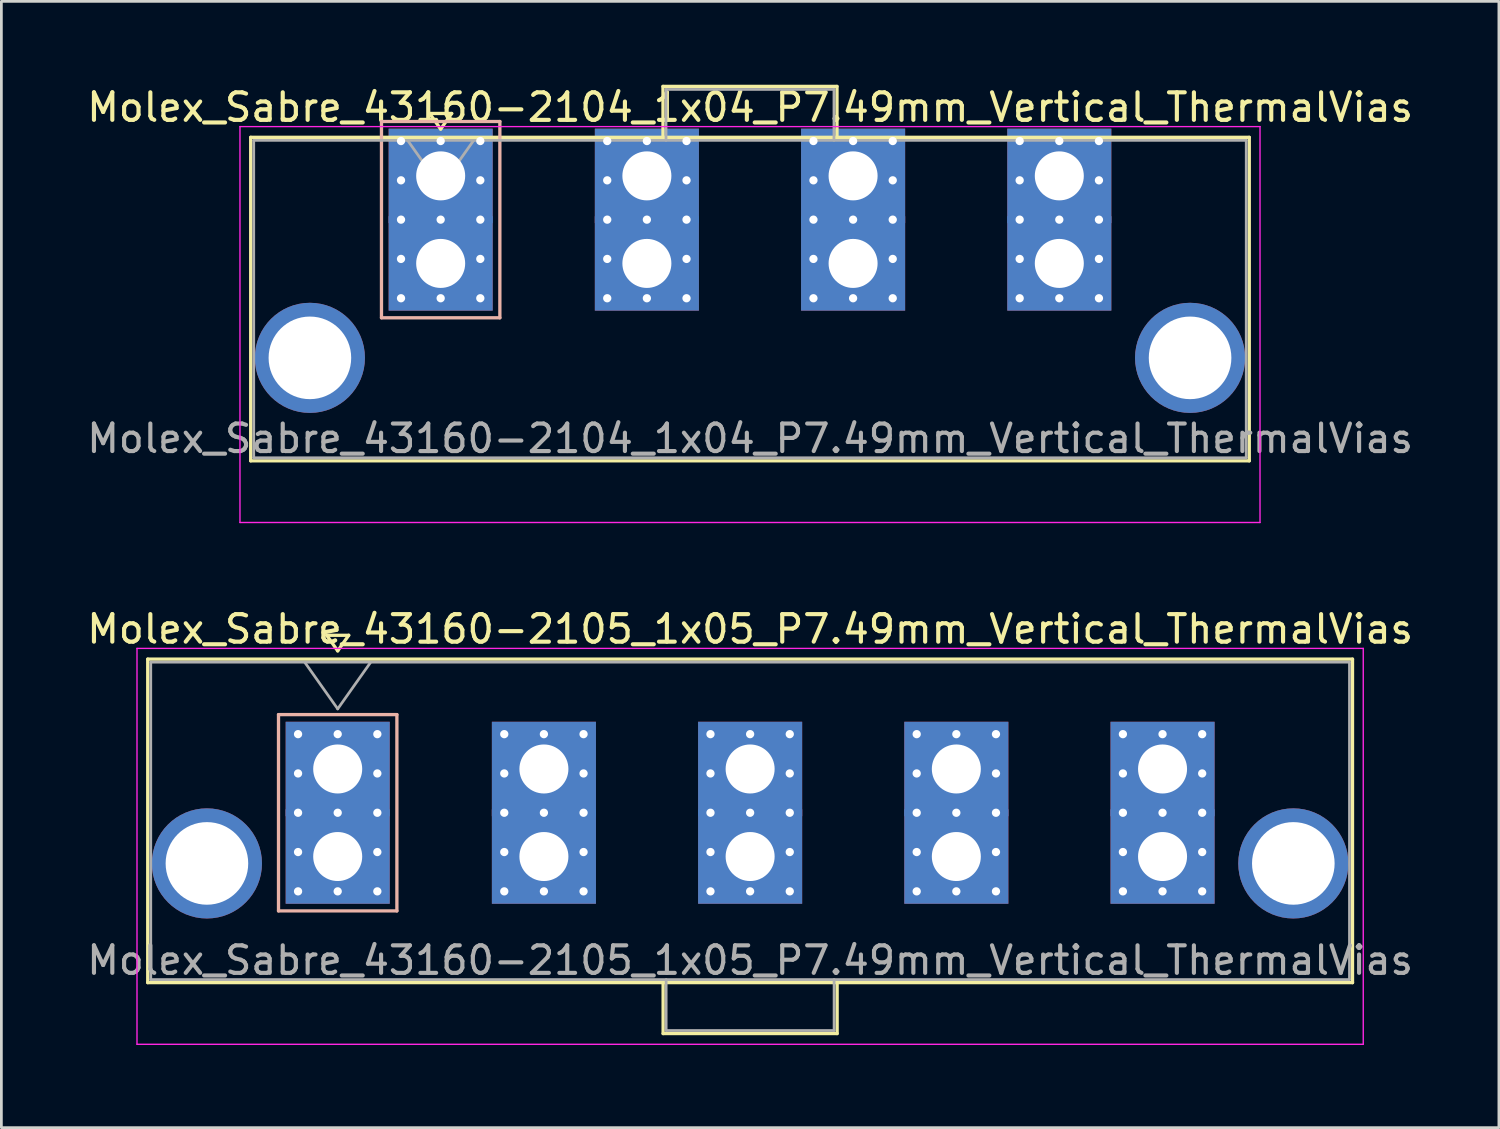
<source format=kicad_pcb>
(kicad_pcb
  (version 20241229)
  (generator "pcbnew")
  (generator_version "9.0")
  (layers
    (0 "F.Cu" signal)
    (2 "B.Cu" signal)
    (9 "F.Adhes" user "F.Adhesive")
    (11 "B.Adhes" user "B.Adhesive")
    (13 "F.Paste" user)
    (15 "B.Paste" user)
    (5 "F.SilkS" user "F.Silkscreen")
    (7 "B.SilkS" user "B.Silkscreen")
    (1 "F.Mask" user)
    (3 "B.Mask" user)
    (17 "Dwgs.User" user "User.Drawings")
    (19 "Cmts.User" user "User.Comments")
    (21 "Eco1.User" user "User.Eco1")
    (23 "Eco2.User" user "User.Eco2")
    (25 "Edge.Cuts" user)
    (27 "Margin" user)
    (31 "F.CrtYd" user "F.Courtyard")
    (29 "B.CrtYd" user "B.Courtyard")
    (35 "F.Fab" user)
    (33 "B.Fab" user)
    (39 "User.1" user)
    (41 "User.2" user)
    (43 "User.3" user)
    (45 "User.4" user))
  (footprint "Molex_Sabre_43160-2105_1x05_P7.49mm_Vertical_ThermalVias"
    (layer "F.Cu")
    (at 9.216 28.061)
    (property "Reference" "Molex_Sabre_43160-2105_1x05_P7.49mm_Vertical_ThermalVias" (at 14.98 -8.26 0) (layer "F.SilkS") (effects (font (size 1 1) (thickness 0.15))))
    (attr through_hole)
    (fp_line (start -6.9 -7.17) (end -6.9 4.58) (stroke (width 0.12) (type solid)) (layer "F.SilkS"))
    (fp_line (start -6.9 4.58) (end 36.86 4.58) (stroke (width 0.12) (type solid)) (layer "F.SilkS"))
    (fp_line (start -0.4 -8.036) (end 0 -7.47) (stroke (width 0.12) (type solid)) (layer "F.SilkS"))
    (fp_line (start 0 -7.47) (end 0.4 -8.036) (stroke (width 0.12) (type solid)) (layer "F.SilkS"))
    (fp_line (start 0.4 -8.036) (end -0.4 -8.036) (stroke (width 0.12) (type solid)) (layer "F.SilkS"))
    (fp_line (start 11.82 4.58) (end 11.82 6.43) (stroke (width 0.12) (type solid)) (layer "F.SilkS"))
    (fp_line (start 11.82 6.43) (end 18.14 6.43) (stroke (width 0.12) (type solid)) (layer "F.SilkS"))
    (fp_line (start 18.14 6.43) (end 18.14 4.58) (stroke (width 0.12) (type solid)) (layer "F.SilkS"))
    (fp_line (start 36.86 -7.17) (end -6.9 -7.17) (stroke (width 0.12) (type solid)) (layer "F.SilkS"))
    (fp_line (start 36.86 4.58) (end 36.86 -7.17) (stroke (width 0.12) (type solid)) (layer "F.SilkS"))
    (fp_line (start -2.15 -5.155) (end -2.15 1.975) (stroke (width 0.12) (type solid)) (layer "B.SilkS"))
    (fp_line (start -2.15 1.975) (end 2.15 1.975) (stroke (width 0.12) (type solid)) (layer "B.SilkS"))
    (fp_line (start 2.15 -5.155) (end -2.15 -5.155) (stroke (width 0.12) (type solid)) (layer "B.SilkS"))
    (fp_line (start 2.15 1.975) (end 2.15 -5.155) (stroke (width 0.12) (type solid)) (layer "B.SilkS"))
    (fp_line (start -7.29 -7.56) (end -7.29 6.82) (stroke (width 0.05) (type solid)) (layer "F.CrtYd"))
    (fp_line (start -7.29 6.82) (end 37.25 6.82) (stroke (width 0.05) (type solid)) (layer "F.CrtYd"))
    (fp_line (start 37.25 -7.56) (end -7.29 -7.56) (stroke (width 0.05) (type solid)) (layer "F.CrtYd"))
    (fp_line (start 37.25 6.82) (end 37.25 -7.56) (stroke (width 0.05) (type solid)) (layer "F.CrtYd"))
    (fp_line (start -6.79 -7.06) (end -6.79 4.47) (stroke (width 0.1) (type solid)) (layer "F.Fab"))
    (fp_line (start -6.79 4.47) (end 36.75 4.47) (stroke (width 0.1) (type solid)) (layer "F.Fab"))
    (fp_line (start -1.2 -7.06) (end 0 -5.363) (stroke (width 0.1) (type solid)) (layer "F.Fab"))
    (fp_line (start 0 -5.363) (end 1.2 -7.06) (stroke (width 0.1) (type solid)) (layer "F.Fab"))
    (fp_line (start 11.93 4.47) (end 11.93 6.32) (stroke (width 0.1) (type solid)) (layer "F.Fab"))
    (fp_line (start 11.93 6.32) (end 18.03 6.32) (stroke (width 0.1) (type solid)) (layer "F.Fab"))
    (fp_line (start 18.03 6.32) (end 18.03 4.47) (stroke (width 0.1) (type solid)) (layer "F.Fab"))
    (fp_line (start 36.75 -7.06) (end -6.79 -7.06) (stroke (width 0.1) (type solid)) (layer "F.Fab"))
    (fp_line (start 36.75 4.47) (end 36.75 -7.06) (stroke (width 0.1) (type solid)) (layer "F.Fab"))
    (fp_text user "${REFERENCE}" (at 14.98 3.77 0) (layer "F.Fab") (effects (font (size 1 1) (thickness 0.15))))
    (pad "" thru_hole circle (at -4.75 0.25) (size 4 4) (drill 3) (layers "*.Cu" "*.Mask"))
    (pad "" thru_hole circle (at 34.71 0.25) (size 4 4) (drill 3) (layers "*.Cu" "*.Mask"))
    (pad "1" thru_hole rect (at -1.44 -4.445) (size 0.6 0.6) (drill 0.3) (layers "*.Cu" "*.Mask"))
    (pad "1" thru_hole rect (at -1.44 -3.018) (size 0.6 0.6) (drill 0.3) (layers "*.Cu" "*.Mask"))
    (pad "1" thru_hole rect (at -1.44 -1.59) (size 0.6 0.6) (drill 0.3) (layers "*.Cu" "*.Mask"))
    (pad "1" thru_hole rect (at -1.44 -0.163) (size 0.6 0.6) (drill 0.3) (layers "*.Cu" "*.Mask"))
    (pad "1" thru_hole rect (at -1.44 1.265) (size 0.6 0.6) (drill 0.3) (layers "*.Cu" "*.Mask"))
    (pad "1" thru_hole rect (at 0 -4.445) (size 0.6 0.6) (drill 0.3) (layers "*.Cu" "*.Mask"))
    (pad "1" thru_hole rect (at 0 -3.18) (size 3.78 3.43) (drill 1.78) (layers "*.Cu" "*.Mask"))
    (pad "1" thru_hole rect (at 0 -1.59) (size 0.6 0.6) (drill 0.3) (layers "*.Cu" "*.Mask"))
    (pad "1" thru_hole rect (at 0 0) (size 3.78 3.43) (drill 1.78) (layers "*.Cu" "*.Mask"))
    (pad "1" thru_hole rect (at 0 1.265) (size 0.6 0.6) (drill 0.3) (layers "*.Cu" "*.Mask"))
    (pad "1" thru_hole rect (at 1.44 -4.445) (size 0.6 0.6) (drill 0.3) (layers "*.Cu" "*.Mask"))
    (pad "1" thru_hole rect (at 1.44 -3.018) (size 0.6 0.6) (drill 0.3) (layers "*.Cu" "*.Mask"))
    (pad "1" thru_hole rect (at 1.44 -1.59) (size 0.6 0.6) (drill 0.3) (layers "*.Cu" "*.Mask"))
    (pad "1" thru_hole rect (at 1.44 -0.163) (size 0.6 0.6) (drill 0.3) (layers "*.Cu" "*.Mask"))
    (pad "1" thru_hole rect (at 1.44 1.265) (size 0.6 0.6) (drill 0.3) (layers "*.Cu" "*.Mask"))
    (pad "2" thru_hole circle (at 6.05 -4.445) (size 0.6 0.6) (drill 0.3) (layers "*.Cu" "*.Mask"))
    (pad "2" thru_hole circle (at 6.05 -3.018) (size 0.6 0.6) (drill 0.3) (layers "*.Cu" "*.Mask"))
    (pad "2" thru_hole circle (at 6.05 -1.59) (size 0.6 0.6) (drill 0.3) (layers "*.Cu" "*.Mask"))
    (pad "2" thru_hole circle (at 6.05 -0.163) (size 0.6 0.6) (drill 0.3) (layers "*.Cu" "*.Mask"))
    (pad "2" thru_hole circle (at 6.05 1.265) (size 0.6 0.6) (drill 0.3) (layers "*.Cu" "*.Mask"))
    (pad "2" thru_hole circle (at 7.49 -4.445) (size 0.6 0.6) (drill 0.3) (layers "*.Cu" "*.Mask"))
    (pad "2" thru_hole rect (at 7.49 -3.18) (size 3.78 3.43) (drill 1.78) (layers "*.Cu" "*.Mask"))
    (pad "2" thru_hole circle (at 7.49 -1.59) (size 0.6 0.6) (drill 0.3) (layers "*.Cu" "*.Mask"))
    (pad "2" thru_hole rect (at 7.49 0) (size 3.78 3.43) (drill 1.78) (layers "*.Cu" "*.Mask"))
    (pad "2" thru_hole circle (at 7.49 1.265) (size 0.6 0.6) (drill 0.3) (layers "*.Cu" "*.Mask"))
    (pad "2" thru_hole circle (at 8.93 -4.445) (size 0.6 0.6) (drill 0.3) (layers "*.Cu" "*.Mask"))
    (pad "2" thru_hole circle (at 8.93 -3.018) (size 0.6 0.6) (drill 0.3) (layers "*.Cu" "*.Mask"))
    (pad "2" thru_hole circle (at 8.93 -1.59) (size 0.6 0.6) (drill 0.3) (layers "*.Cu" "*.Mask"))
    (pad "2" thru_hole circle (at 8.93 -0.163) (size 0.6 0.6) (drill 0.3) (layers "*.Cu" "*.Mask"))
    (pad "2" thru_hole circle (at 8.93 1.265) (size 0.6 0.6) (drill 0.3) (layers "*.Cu" "*.Mask"))
    (pad "3" thru_hole circle (at 13.54 -4.445) (size 0.6 0.6) (drill 0.3) (layers "*.Cu" "*.Mask"))
    (pad "3" thru_hole circle (at 13.54 -3.018) (size 0.6 0.6) (drill 0.3) (layers "*.Cu" "*.Mask"))
    (pad "3" thru_hole circle (at 13.54 -1.59) (size 0.6 0.6) (drill 0.3) (layers "*.Cu" "*.Mask"))
    (pad "3" thru_hole circle (at 13.54 -0.163) (size 0.6 0.6) (drill 0.3) (layers "*.Cu" "*.Mask"))
    (pad "3" thru_hole circle (at 13.54 1.265) (size 0.6 0.6) (drill 0.3) (layers "*.Cu" "*.Mask"))
    (pad "3" thru_hole circle (at 14.98 -4.445) (size 0.6 0.6) (drill 0.3) (layers "*.Cu" "*.Mask"))
    (pad "3" thru_hole rect (at 14.98 -3.18) (size 3.78 3.43) (drill 1.78) (layers "*.Cu" "*.Mask"))
    (pad "3" thru_hole circle (at 14.98 -1.59) (size 0.6 0.6) (drill 0.3) (layers "*.Cu" "*.Mask"))
    (pad "3" thru_hole rect (at 14.98 0) (size 3.78 3.43) (drill 1.78) (layers "*.Cu" "*.Mask"))
    (pad "3" thru_hole circle (at 14.98 1.265) (size 0.6 0.6) (drill 0.3) (layers "*.Cu" "*.Mask"))
    (pad "3" thru_hole circle (at 16.42 -4.445) (size 0.6 0.6) (drill 0.3) (layers "*.Cu" "*.Mask"))
    (pad "3" thru_hole circle (at 16.42 -3.018) (size 0.6 0.6) (drill 0.3) (layers "*.Cu" "*.Mask"))
    (pad "3" thru_hole circle (at 16.42 -1.59) (size 0.6 0.6) (drill 0.3) (layers "*.Cu" "*.Mask"))
    (pad "3" thru_hole circle (at 16.42 -0.163) (size 0.6 0.6) (drill 0.3) (layers "*.Cu" "*.Mask"))
    (pad "3" thru_hole circle (at 16.42 1.265) (size 0.6 0.6) (drill 0.3) (layers "*.Cu" "*.Mask"))
    (pad "4" thru_hole circle (at 21.03 -4.445) (size 0.6 0.6) (drill 0.3) (layers "*.Cu" "*.Mask"))
    (pad "4" thru_hole circle (at 21.03 -3.018) (size 0.6 0.6) (drill 0.3) (layers "*.Cu" "*.Mask"))
    (pad "4" thru_hole circle (at 21.03 -1.59) (size 0.6 0.6) (drill 0.3) (layers "*.Cu" "*.Mask"))
    (pad "4" thru_hole circle (at 21.03 -0.163) (size 0.6 0.6) (drill 0.3) (layers "*.Cu" "*.Mask"))
    (pad "4" thru_hole circle (at 21.03 1.265) (size 0.6 0.6) (drill 0.3) (layers "*.Cu" "*.Mask"))
    (pad "4" thru_hole circle (at 22.47 -4.445) (size 0.6 0.6) (drill 0.3) (layers "*.Cu" "*.Mask"))
    (pad "4" thru_hole rect (at 22.47 -3.18) (size 3.78 3.43) (drill 1.78) (layers "*.Cu" "*.Mask"))
    (pad "4" thru_hole circle (at 22.47 -1.59) (size 0.6 0.6) (drill 0.3) (layers "*.Cu" "*.Mask"))
    (pad "4" thru_hole rect (at 22.47 0) (size 3.78 3.43) (drill 1.78) (layers "*.Cu" "*.Mask"))
    (pad "4" thru_hole circle (at 22.47 1.265) (size 0.6 0.6) (drill 0.3) (layers "*.Cu" "*.Mask"))
    (pad "4" thru_hole circle (at 23.91 -4.445) (size 0.6 0.6) (drill 0.3) (layers "*.Cu" "*.Mask"))
    (pad "4" thru_hole circle (at 23.91 -3.018) (size 0.6 0.6) (drill 0.3) (layers "*.Cu" "*.Mask"))
    (pad "4" thru_hole circle (at 23.91 -1.59) (size 0.6 0.6) (drill 0.3) (layers "*.Cu" "*.Mask"))
    (pad "4" thru_hole circle (at 23.91 -0.163) (size 0.6 0.6) (drill 0.3) (layers "*.Cu" "*.Mask"))
    (pad "4" thru_hole circle (at 23.91 1.265) (size 0.6 0.6) (drill 0.3) (layers "*.Cu" "*.Mask"))
    (pad "5" thru_hole circle (at 28.52 -4.445) (size 0.6 0.6) (drill 0.3) (layers "*.Cu" "*.Mask"))
    (pad "5" thru_hole circle (at 28.52 -3.018) (size 0.6 0.6) (drill 0.3) (layers "*.Cu" "*.Mask"))
    (pad "5" thru_hole circle (at 28.52 -1.59) (size 0.6 0.6) (drill 0.3) (layers "*.Cu" "*.Mask"))
    (pad "5" thru_hole circle (at 28.52 -0.163) (size 0.6 0.6) (drill 0.3) (layers "*.Cu" "*.Mask"))
    (pad "5" thru_hole circle (at 28.52 1.265) (size 0.6 0.6) (drill 0.3) (layers "*.Cu" "*.Mask"))
    (pad "5" thru_hole circle (at 29.96 -4.445) (size 0.6 0.6) (drill 0.3) (layers "*.Cu" "*.Mask"))
    (pad "5" thru_hole rect (at 29.96 -3.18) (size 3.78 3.43) (drill 1.78) (layers "*.Cu" "*.Mask"))
    (pad "5" thru_hole circle (at 29.96 -1.59) (size 0.6 0.6) (drill 0.3) (layers "*.Cu" "*.Mask"))
    (pad "5" thru_hole rect (at 29.96 0) (size 3.78 3.43) (drill 1.78) (layers "*.Cu" "*.Mask"))
    (pad "5" thru_hole circle (at 29.96 1.265) (size 0.6 0.6) (drill 0.3) (layers "*.Cu" "*.Mask"))
    (pad "5" thru_hole circle (at 31.4 -4.445) (size 0.6 0.6) (drill 0.3) (layers "*.Cu" "*.Mask"))
    (pad "5" thru_hole circle (at 31.4 -3.018) (size 0.6 0.6) (drill 0.3) (layers "*.Cu" "*.Mask"))
    (pad "5" thru_hole circle (at 31.4 -1.59) (size 0.6 0.6) (drill 0.3) (layers "*.Cu" "*.Mask"))
    (pad "5" thru_hole circle (at 31.4 -0.163) (size 0.6 0.6) (drill 0.3) (layers "*.Cu" "*.Mask"))
    (pad "5" thru_hole circle (at 31.4 1.265) (size 0.6 0.6) (drill 0.3) (layers "*.Cu" "*.Mask")))
  (footprint "Molex_Sabre_43160-2104_1x04_P7.49mm_Vertical_ThermalVias"
    (layer "F.Cu")
    (at 12.956 6.518)
    (property "Reference" "Molex_Sabre_43160-2104_1x04_P7.49mm_Vertical_ThermalVias" (at 11.24 -5.67 0) (layer "F.SilkS") (effects (font (size 1 1) (thickness 0.15))))
    (attr through_hole)
    (fp_line (start -6.9 -4.58) (end -6.9 7.17) (stroke (width 0.12) (type solid)) (layer "F.SilkS"))
    (fp_line (start -6.9 7.17) (end 29.37 7.17) (stroke (width 0.12) (type solid)) (layer "F.SilkS"))
    (fp_line (start -0.4 -5.446) (end 0 -4.88) (stroke (width 0.12) (type solid)) (layer "F.SilkS"))
    (fp_line (start 0 -4.88) (end 0.4 -5.446) (stroke (width 0.12) (type solid)) (layer "F.SilkS"))
    (fp_line (start 0.4 -5.446) (end -0.4 -5.446) (stroke (width 0.12) (type solid)) (layer "F.SilkS"))
    (fp_line (start 8.075 -6.43) (end 14.395 -6.43) (stroke (width 0.12) (type solid)) (layer "F.SilkS"))
    (fp_line (start 8.075 -4.58) (end 8.075 -6.43) (stroke (width 0.12) (type solid)) (layer "F.SilkS"))
    (fp_line (start 14.395 -6.43) (end 14.395 -4.58) (stroke (width 0.12) (type solid)) (layer "F.SilkS"))
    (fp_line (start 29.37 -4.58) (end -6.9 -4.58) (stroke (width 0.12) (type solid)) (layer "F.SilkS"))
    (fp_line (start 29.37 7.17) (end 29.37 -4.58) (stroke (width 0.12) (type solid)) (layer "F.SilkS"))
    (fp_line (start -2.15 -5.155) (end -2.15 1.975) (stroke (width 0.12) (type solid)) (layer "B.SilkS"))
    (fp_line (start -2.15 1.975) (end 2.15 1.975) (stroke (width 0.12) (type solid)) (layer "B.SilkS"))
    (fp_line (start 2.15 -5.155) (end -2.15 -5.155) (stroke (width 0.12) (type solid)) (layer "B.SilkS"))
    (fp_line (start 2.15 1.975) (end 2.15 -5.155) (stroke (width 0.12) (type solid)) (layer "B.SilkS"))
    (fp_line (start -7.29 -4.97) (end -7.29 9.41) (stroke (width 0.05) (type solid)) (layer "F.CrtYd"))
    (fp_line (start -7.29 9.41) (end 29.76 9.41) (stroke (width 0.05) (type solid)) (layer "F.CrtYd"))
    (fp_line (start 29.76 -4.97) (end -7.29 -4.97) (stroke (width 0.05) (type solid)) (layer "F.CrtYd"))
    (fp_line (start 29.76 9.41) (end 29.76 -4.97) (stroke (width 0.05) (type solid)) (layer "F.CrtYd"))
    (fp_line (start -6.79 -4.47) (end -6.79 7.06) (stroke (width 0.1) (type solid)) (layer "F.Fab"))
    (fp_line (start -6.79 7.06) (end 29.26 7.06) (stroke (width 0.1) (type solid)) (layer "F.Fab"))
    (fp_line (start -1.2 -4.47) (end 0 -2.773) (stroke (width 0.1) (type solid)) (layer "F.Fab"))
    (fp_line (start 0 -2.773) (end 1.2 -4.47) (stroke (width 0.1) (type solid)) (layer "F.Fab"))
    (fp_line (start 8.185 -6.32) (end 14.285 -6.32) (stroke (width 0.1) (type solid)) (layer "F.Fab"))
    (fp_line (start 8.185 -4.47) (end 8.185 -6.32) (stroke (width 0.1) (type solid)) (layer "F.Fab"))
    (fp_line (start 14.285 -6.32) (end 14.285 -4.47) (stroke (width 0.1) (type solid)) (layer "F.Fab"))
    (fp_line (start 29.26 -4.47) (end -6.79 -4.47) (stroke (width 0.1) (type solid)) (layer "F.Fab"))
    (fp_line (start 29.26 7.06) (end 29.26 -4.47) (stroke (width 0.1) (type solid)) (layer "F.Fab"))
    (fp_text user "${REFERENCE}" (at 11.24 6.36 0) (layer "F.Fab") (effects (font (size 1 1) (thickness 0.15))))
    (pad "" thru_hole circle (at -4.75 3.43) (size 4 4) (drill 3) (layers "*.Cu" "*.Mask"))
    (pad "" thru_hole circle (at 27.22 3.43) (size 4 4) (drill 3) (layers "*.Cu" "*.Mask"))
    (pad "1" thru_hole rect (at -1.44 -4.445) (size 0.6 0.6) (drill 0.3) (layers "*.Cu" "*.Mask"))
    (pad "1" thru_hole rect (at -1.44 -3.018) (size 0.6 0.6) (drill 0.3) (layers "*.Cu" "*.Mask"))
    (pad "1" thru_hole rect (at -1.44 -1.59) (size 0.6 0.6) (drill 0.3) (layers "*.Cu" "*.Mask"))
    (pad "1" thru_hole rect (at -1.44 -0.163) (size 0.6 0.6) (drill 0.3) (layers "*.Cu" "*.Mask"))
    (pad "1" thru_hole rect (at -1.44 1.265) (size 0.6 0.6) (drill 0.3) (layers "*.Cu" "*.Mask"))
    (pad "1" thru_hole rect (at 0 -4.445) (size 0.6 0.6) (drill 0.3) (layers "*.Cu" "*.Mask"))
    (pad "1" thru_hole rect (at 0 -3.18) (size 3.78 3.43) (drill 1.78) (layers "*.Cu" "*.Mask"))
    (pad "1" thru_hole rect (at 0 -1.59) (size 0.6 0.6) (drill 0.3) (layers "*.Cu" "*.Mask"))
    (pad "1" thru_hole rect (at 0 0) (size 3.78 3.43) (drill 1.78) (layers "*.Cu" "*.Mask"))
    (pad "1" thru_hole rect (at 0 1.265) (size 0.6 0.6) (drill 0.3) (layers "*.Cu" "*.Mask"))
    (pad "1" thru_hole rect (at 1.44 -4.445) (size 0.6 0.6) (drill 0.3) (layers "*.Cu" "*.Mask"))
    (pad "1" thru_hole rect (at 1.44 -3.018) (size 0.6 0.6) (drill 0.3) (layers "*.Cu" "*.Mask"))
    (pad "1" thru_hole rect (at 1.44 -1.59) (size 0.6 0.6) (drill 0.3) (layers "*.Cu" "*.Mask"))
    (pad "1" thru_hole rect (at 1.44 -0.163) (size 0.6 0.6) (drill 0.3) (layers "*.Cu" "*.Mask"))
    (pad "1" thru_hole rect (at 1.44 1.265) (size 0.6 0.6) (drill 0.3) (layers "*.Cu" "*.Mask"))
    (pad "2" thru_hole circle (at 6.05 -4.445) (size 0.6 0.6) (drill 0.3) (layers "*.Cu" "*.Mask"))
    (pad "2" thru_hole circle (at 6.05 -3.018) (size 0.6 0.6) (drill 0.3) (layers "*.Cu" "*.Mask"))
    (pad "2" thru_hole circle (at 6.05 -1.59) (size 0.6 0.6) (drill 0.3) (layers "*.Cu" "*.Mask"))
    (pad "2" thru_hole circle (at 6.05 -0.163) (size 0.6 0.6) (drill 0.3) (layers "*.Cu" "*.Mask"))
    (pad "2" thru_hole circle (at 6.05 1.265) (size 0.6 0.6) (drill 0.3) (layers "*.Cu" "*.Mask"))
    (pad "2" thru_hole circle (at 7.49 -4.445) (size 0.6 0.6) (drill 0.3) (layers "*.Cu" "*.Mask"))
    (pad "2" thru_hole rect (at 7.49 -3.18) (size 3.78 3.43) (drill 1.78) (layers "*.Cu" "*.Mask"))
    (pad "2" thru_hole circle (at 7.49 -1.59) (size 0.6 0.6) (drill 0.3) (layers "*.Cu" "*.Mask"))
    (pad "2" thru_hole rect (at 7.49 0) (size 3.78 3.43) (drill 1.78) (layers "*.Cu" "*.Mask"))
    (pad "2" thru_hole circle (at 7.49 1.265) (size 0.6 0.6) (drill 0.3) (layers "*.Cu" "*.Mask"))
    (pad "2" thru_hole circle (at 8.93 -4.445) (size 0.6 0.6) (drill 0.3) (layers "*.Cu" "*.Mask"))
    (pad "2" thru_hole circle (at 8.93 -3.018) (size 0.6 0.6) (drill 0.3) (layers "*.Cu" "*.Mask"))
    (pad "2" thru_hole circle (at 8.93 -1.59) (size 0.6 0.6) (drill 0.3) (layers "*.Cu" "*.Mask"))
    (pad "2" thru_hole circle (at 8.93 -0.163) (size 0.6 0.6) (drill 0.3) (layers "*.Cu" "*.Mask"))
    (pad "2" thru_hole circle (at 8.93 1.265) (size 0.6 0.6) (drill 0.3) (layers "*.Cu" "*.Mask"))
    (pad "3" thru_hole circle (at 13.54 -4.445) (size 0.6 0.6) (drill 0.3) (layers "*.Cu" "*.Mask"))
    (pad "3" thru_hole circle (at 13.54 -3.018) (size 0.6 0.6) (drill 0.3) (layers "*.Cu" "*.Mask"))
    (pad "3" thru_hole circle (at 13.54 -1.59) (size 0.6 0.6) (drill 0.3) (layers "*.Cu" "*.Mask"))
    (pad "3" thru_hole circle (at 13.54 -0.163) (size 0.6 0.6) (drill 0.3) (layers "*.Cu" "*.Mask"))
    (pad "3" thru_hole circle (at 13.54 1.265) (size 0.6 0.6) (drill 0.3) (layers "*.Cu" "*.Mask"))
    (pad "3" thru_hole circle (at 14.98 -4.445) (size 0.6 0.6) (drill 0.3) (layers "*.Cu" "*.Mask"))
    (pad "3" thru_hole rect (at 14.98 -3.18) (size 3.78 3.43) (drill 1.78) (layers "*.Cu" "*.Mask"))
    (pad "3" thru_hole circle (at 14.98 -1.59) (size 0.6 0.6) (drill 0.3) (layers "*.Cu" "*.Mask"))
    (pad "3" thru_hole rect (at 14.98 0) (size 3.78 3.43) (drill 1.78) (layers "*.Cu" "*.Mask"))
    (pad "3" thru_hole circle (at 14.98 1.265) (size 0.6 0.6) (drill 0.3) (layers "*.Cu" "*.Mask"))
    (pad "3" thru_hole circle (at 16.42 -4.445) (size 0.6 0.6) (drill 0.3) (layers "*.Cu" "*.Mask"))
    (pad "3" thru_hole circle (at 16.42 -3.018) (size 0.6 0.6) (drill 0.3) (layers "*.Cu" "*.Mask"))
    (pad "3" thru_hole circle (at 16.42 -1.59) (size 0.6 0.6) (drill 0.3) (layers "*.Cu" "*.Mask"))
    (pad "3" thru_hole circle (at 16.42 -0.163) (size 0.6 0.6) (drill 0.3) (layers "*.Cu" "*.Mask"))
    (pad "3" thru_hole circle (at 16.42 1.265) (size 0.6 0.6) (drill 0.3) (layers "*.Cu" "*.Mask"))
    (pad "4" thru_hole circle (at 21.03 -4.445) (size 0.6 0.6) (drill 0.3) (layers "*.Cu" "*.Mask"))
    (pad "4" thru_hole circle (at 21.03 -3.018) (size 0.6 0.6) (drill 0.3) (layers "*.Cu" "*.Mask"))
    (pad "4" thru_hole circle (at 21.03 -1.59) (size 0.6 0.6) (drill 0.3) (layers "*.Cu" "*.Mask"))
    (pad "4" thru_hole circle (at 21.03 -0.163) (size 0.6 0.6) (drill 0.3) (layers "*.Cu" "*.Mask"))
    (pad "4" thru_hole circle (at 21.03 1.265) (size 0.6 0.6) (drill 0.3) (layers "*.Cu" "*.Mask"))
    (pad "4" thru_hole circle (at 22.47 -4.445) (size 0.6 0.6) (drill 0.3) (layers "*.Cu" "*.Mask"))
    (pad "4" thru_hole rect (at 22.47 -3.18) (size 3.78 3.43) (drill 1.78) (layers "*.Cu" "*.Mask"))
    (pad "4" thru_hole circle (at 22.47 -1.59) (size 0.6 0.6) (drill 0.3) (layers "*.Cu" "*.Mask"))
    (pad "4" thru_hole rect (at 22.47 0) (size 3.78 3.43) (drill 1.78) (layers "*.Cu" "*.Mask"))
    (pad "4" thru_hole circle (at 22.47 1.265) (size 0.6 0.6) (drill 0.3) (layers "*.Cu" "*.Mask"))
    (pad "4" thru_hole circle (at 23.91 -4.445) (size 0.6 0.6) (drill 0.3) (layers "*.Cu" "*.Mask"))
    (pad "4" thru_hole circle (at 23.91 -3.018) (size 0.6 0.6) (drill 0.3) (layers "*.Cu" "*.Mask"))
    (pad "4" thru_hole circle (at 23.91 -1.59) (size 0.6 0.6) (drill 0.3) (layers "*.Cu" "*.Mask"))
    (pad "4" thru_hole circle (at 23.91 -0.163) (size 0.6 0.6) (drill 0.3) (layers "*.Cu" "*.Mask"))
    (pad "4" thru_hole circle (at 23.91 1.265) (size 0.6 0.6) (drill 0.3) (layers "*.Cu" "*.Mask")))
  (gr_rect
    (start -3 -3)
    (end 51.393 37.907)
    (stroke (width 0.1) (type default))
    (fill no)
    (layer "Edge.Cuts")))
</source>
